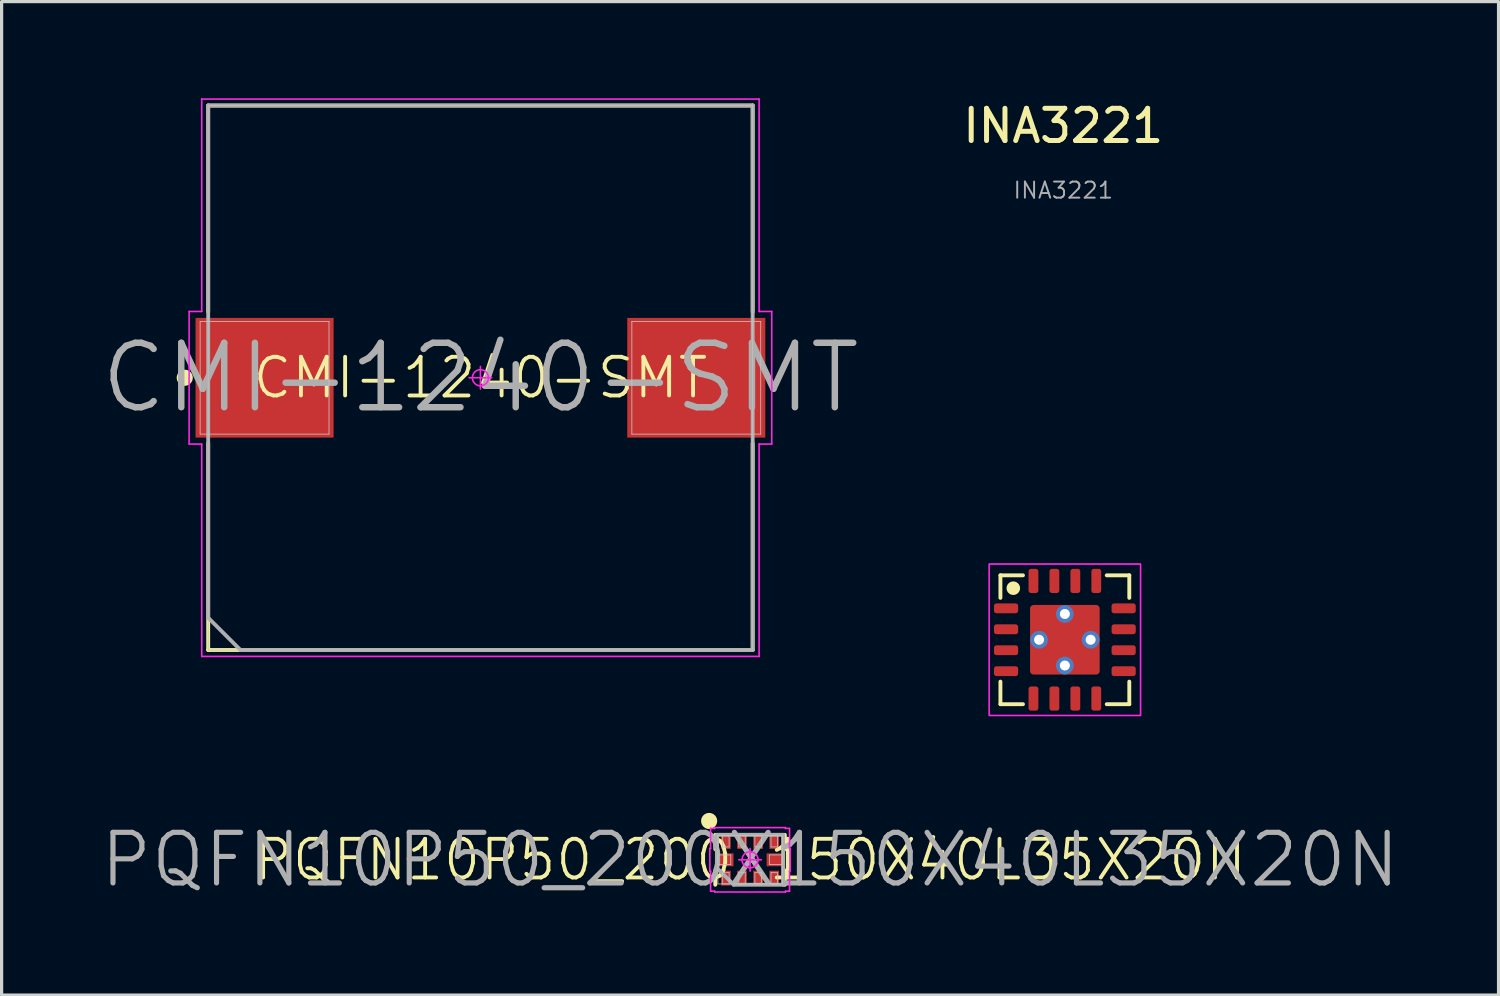
<source format=kicad_pcb>
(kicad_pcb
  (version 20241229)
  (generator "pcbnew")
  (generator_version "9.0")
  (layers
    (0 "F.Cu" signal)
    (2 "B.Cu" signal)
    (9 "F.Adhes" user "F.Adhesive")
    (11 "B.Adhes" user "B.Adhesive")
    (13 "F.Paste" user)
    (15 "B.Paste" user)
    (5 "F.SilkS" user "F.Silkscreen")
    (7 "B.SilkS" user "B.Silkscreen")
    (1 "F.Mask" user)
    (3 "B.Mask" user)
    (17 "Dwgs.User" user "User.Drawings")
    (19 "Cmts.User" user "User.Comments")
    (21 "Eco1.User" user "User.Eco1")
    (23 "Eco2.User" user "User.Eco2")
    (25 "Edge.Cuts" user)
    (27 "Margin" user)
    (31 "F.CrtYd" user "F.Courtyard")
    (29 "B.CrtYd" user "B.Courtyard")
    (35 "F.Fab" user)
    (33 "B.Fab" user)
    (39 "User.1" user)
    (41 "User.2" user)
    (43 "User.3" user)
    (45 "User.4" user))
  (footprint "INA3221"
    (layer "F.Cu")
    (at 30.002 16.807)
    (property "Reference" "INA3221" (at -0.05 -15.95 0) (unlocked yes) (layer "F.SilkS") (effects (font (size 1 1) (thickness 0.155))))
    (attr smd)
    (fp_line (start -2 -2) (end -2 -1.3) (stroke (width 0.12) (type default)) (layer "F.SilkS"))
    (fp_line (start -2 -2) (end -1.3 -2) (stroke (width 0.12) (type default)) (layer "F.SilkS"))
    (fp_line (start -2 2) (end -2 1.3) (stroke (width 0.12) (type default)) (layer "F.SilkS"))
    (fp_line (start -2 2) (end -1.3 2) (stroke (width 0.12) (type default)) (layer "F.SilkS"))
    (fp_line (start 2 -2) (end 1.3 -2) (stroke (width 0.12) (type default)) (layer "F.SilkS"))
    (fp_line (start 2 -2) (end 2 -1.3) (stroke (width 0.12) (type default)) (layer "F.SilkS"))
    (fp_line (start 2 1.3) (end 2 2) (stroke (width 0.12) (type default)) (layer "F.SilkS"))
    (fp_line (start 2 2) (end 1.3 2) (stroke (width 0.12) (type default)) (layer "F.SilkS"))
    (fp_circle (center -1.6 -1.6) (end -1.45 -1.6) (stroke (width 0.12) (type solid)) (fill yes) (layer "F.SilkS"))
    (fp_rect (start -2.35 -2.35) (end 2.35 2.35) (stroke (width 0.05) (type default)) (fill no) (layer "F.CrtYd"))
    (fp_text user "${REFERENCE}" (at -0.05 -13.95 0) (unlocked yes) (layer "F.Fab") (effects (font (size 0.5 0.5) (thickness 0.06))))
    (pad "1" smd roundrect (at -1.825 -0.975) (size 0.75 0.305) (layers "F.Cu" "F.Mask" "F.Paste") (roundrect_rratio 0.25))
    (pad "2" smd roundrect (at -1.825 -0.325) (size 0.75 0.305) (layers "F.Cu" "F.Mask" "F.Paste") (roundrect_rratio 0.25))
    (pad "3" smd roundrect (at -1.825 0.325) (size 0.75 0.305) (layers "F.Cu" "F.Mask" "F.Paste") (roundrect_rratio 0.25))
    (pad "3" thru_hole circle (at -0.8 0) (size 0.55 0.55) (drill 0.31) (layers "*.Cu" "*.Mask"))
    (pad "3" thru_hole circle (at 0 -0.8) (size 0.55 0.55) (drill 0.31) (layers "*.Cu" "*.Mask"))
    (pad "3" smd roundrect (at 0 0) (size 2.16 2.16) (layers "F.Cu" "F.Mask" "F.Paste") (roundrect_rratio 0.05))
    (pad "3" thru_hole circle (at 0 0.8) (size 0.55 0.55) (drill 0.31) (layers "*.Cu" "*.Mask"))
    (pad "3" thru_hole circle (at 0.8 0) (size 0.55 0.55) (drill 0.31) (layers "*.Cu" "*.Mask"))
    (pad "4" smd roundrect (at -1.825 0.975) (size 0.75 0.305) (layers "F.Cu" "F.Mask" "F.Paste") (roundrect_rratio 0.25))
    (pad "5" smd roundrect (at -0.975 1.825 90) (size 0.75 0.305) (layers "F.Cu" "F.Mask" "F.Paste") (roundrect_rratio 0.25))
    (pad "6" smd roundrect (at -0.325 1.825 90) (size 0.75 0.305) (layers "F.Cu" "F.Mask" "F.Paste") (roundrect_rratio 0.25))
    (pad "7" smd roundrect (at 0.325 1.825 90) (size 0.75 0.305) (layers "F.Cu" "F.Mask" "F.Paste") (roundrect_rratio 0.25))
    (pad "8" smd roundrect (at 0.975 1.825 90) (size 0.75 0.305) (layers "F.Cu" "F.Mask" "F.Paste") (roundrect_rratio 0.25))
    (pad "9" smd roundrect (at 1.825 0.975) (size 0.75 0.305) (layers "F.Cu" "F.Mask" "F.Paste") (roundrect_rratio 0.25))
    (pad "10" smd roundrect (at 1.825 0.325) (size 0.75 0.305) (layers "F.Cu" "F.Mask" "F.Paste") (roundrect_rratio 0.25))
    (pad "11" smd roundrect (at 1.825 -0.325) (size 0.75 0.305) (layers "F.Cu" "F.Mask" "F.Paste") (roundrect_rratio 0.25))
    (pad "12" smd roundrect (at 1.825 -0.975) (size 0.75 0.305) (layers "F.Cu" "F.Mask" "F.Paste") (roundrect_rratio 0.25))
    (pad "13" smd roundrect (at 0.975 -1.825 90) (size 0.75 0.305) (layers "F.Cu" "F.Mask" "F.Paste") (roundrect_rratio 0.25))
    (pad "14" smd roundrect (at 0.325 -1.825 90) (size 0.75 0.305) (layers "F.Cu" "F.Mask" "F.Paste") (roundrect_rratio 0.25))
    (pad "15" smd roundrect (at -0.325 -1.825 90) (size 0.75 0.305) (layers "F.Cu" "F.Mask" "F.Paste") (roundrect_rratio 0.25))
    (pad "16" smd roundrect (at -0.975 -1.825 90) (size 0.75 0.305) (layers "F.Cu" "F.Mask" "F.Paste") (roundrect_rratio 0.25)))
  (footprint "PQFN10P50_200X150X40L35X20N"
    (layer "F.Cu")
    (at 20.231 23.637)
    (property "Reference" "PQFN10P50_200X150X40L35X20N" (at 0 0 0) (layer "F.SilkS") (effects (font (size 1.2 1.2) (thickness 0.12))))
    (attr smd)
    (fp_line (start -1.08 -0.775) (end -1.08 -0.33) (stroke (width 0.12) (type solid)) (layer "F.SilkS"))
    (fp_line (start -1.08 0.775) (end -1.08 0.33) (stroke (width 0.12) (type solid)) (layer "F.SilkS"))
    (fp_line (start 1.08 -0.775) (end 1.08 -0.33) (stroke (width 0.12) (type solid)) (layer "F.SilkS"))
    (fp_line (start 1.08 0.775) (end 1.08 0.33) (stroke (width 0.12) (type solid)) (layer "F.SilkS"))
    (fp_circle (center -1.27 -1.205) (end -1.145 -1.205) (stroke (width 0.25) (type solid)) (fill no) (layer "F.SilkS"))
    (fp_line (start -1 -0.75) (end 1 -0.75) (stroke (width 0.025) (type solid)) (layer "Dwgs.User"))
    (fp_line (start -1 0.75) (end -1 -0.75) (stroke (width 0.025) (type solid)) (layer "Dwgs.User"))
    (fp_line (start -0.999 -0.15) (end -0.599 -0.15) (stroke (width 0.025) (type solid)) (layer "Dwgs.User"))
    (fp_line (start -0.999 0.1) (end -0.999 -0.1) (stroke (width 0.025) (type solid)) (layer "Dwgs.User"))
    (fp_line (start -0.85 -0.749) (end -0.65 -0.749) (stroke (width 0.025) (type solid)) (layer "Dwgs.User"))
    (fp_line (start -0.85 -0.399) (end -0.85 -0.749) (stroke (width 0.025) (type solid)) (layer "Dwgs.User"))
    (fp_line (start -0.85 0.399) (end -0.65 0.399) (stroke (width 0.025) (type solid)) (layer "Dwgs.User"))
    (fp_line (start -0.85 0.749) (end -0.85 0.399) (stroke (width 0.025) (type solid)) (layer "Dwgs.User"))
    (fp_line (start -0.65 -0.749) (end -0.65 -0.399) (stroke (width 0.025) (type solid)) (layer "Dwgs.User"))
    (fp_line (start -0.65 -0.399) (end -0.85 -0.399) (stroke (width 0.025) (type solid)) (layer "Dwgs.User"))
    (fp_line (start -0.65 0.399) (end -0.65 0.749) (stroke (width 0.025) (type solid)) (layer "Dwgs.User"))
    (fp_line (start -0.65 0.749) (end -0.85 0.749) (stroke (width 0.025) (type solid)) (layer "Dwgs.User"))
    (fp_line (start -0.599 -0.15) (end -0.599 0.15) (stroke (width 0.025) (type solid)) (layer "Dwgs.User"))
    (fp_line (start -0.599 0.15) (end -0.999 0.15) (stroke (width 0.025) (type solid)) (layer "Dwgs.User"))
    (fp_line (start -0.35 -0.749) (end -0.15 -0.749) (stroke (width 0.025) (type solid)) (layer "Dwgs.User"))
    (fp_line (start -0.35 -0.399) (end -0.35 -0.749) (stroke (width 0.025) (type solid)) (layer "Dwgs.User"))
    (fp_line (start -0.35 0.399) (end -0.15 0.399) (stroke (width 0.025) (type solid)) (layer "Dwgs.User"))
    (fp_line (start -0.35 0.749) (end -0.35 0.399) (stroke (width 0.025) (type solid)) (layer "Dwgs.User"))
    (fp_line (start -0.15 -0.749) (end -0.15 -0.399) (stroke (width 0.025) (type solid)) (layer "Dwgs.User"))
    (fp_line (start -0.15 -0.399) (end -0.35 -0.399) (stroke (width 0.025) (type solid)) (layer "Dwgs.User"))
    (fp_line (start -0.15 0.399) (end -0.15 0.749) (stroke (width 0.025) (type solid)) (layer "Dwgs.User"))
    (fp_line (start -0.15 0.749) (end -0.35 0.749) (stroke (width 0.025) (type solid)) (layer "Dwgs.User"))
    (fp_line (start 0.15 -0.749) (end 0.35 -0.749) (stroke (width 0.025) (type solid)) (layer "Dwgs.User"))
    (fp_line (start 0.15 -0.399) (end 0.15 -0.749) (stroke (width 0.025) (type solid)) (layer "Dwgs.User"))
    (fp_line (start 0.15 0.399) (end 0.35 0.399) (stroke (width 0.025) (type solid)) (layer "Dwgs.User"))
    (fp_line (start 0.15 0.749) (end 0.15 0.399) (stroke (width 0.025) (type solid)) (layer "Dwgs.User"))
    (fp_line (start 0.35 -0.749) (end 0.35 -0.399) (stroke (width 0.025) (type solid)) (layer "Dwgs.User"))
    (fp_line (start 0.35 -0.399) (end 0.15 -0.399) (stroke (width 0.025) (type solid)) (layer "Dwgs.User"))
    (fp_line (start 0.35 0.399) (end 0.35 0.749) (stroke (width 0.025) (type solid)) (layer "Dwgs.User"))
    (fp_line (start 0.35 0.749) (end 0.15 0.749) (stroke (width 0.025) (type solid)) (layer "Dwgs.User"))
    (fp_line (start 0.599 -0.15) (end 0.999 -0.15) (stroke (width 0.025) (type solid)) (layer "Dwgs.User"))
    (fp_line (start 0.599 0.15) (end 0.599 -0.15) (stroke (width 0.025) (type solid)) (layer "Dwgs.User"))
    (fp_line (start 0.65 -0.749) (end 0.85 -0.749) (stroke (width 0.025) (type solid)) (layer "Dwgs.User"))
    (fp_line (start 0.65 -0.399) (end 0.65 -0.749) (stroke (width 0.025) (type solid)) (layer "Dwgs.User"))
    (fp_line (start 0.65 0.399) (end 0.85 0.399) (stroke (width 0.025) (type solid)) (layer "Dwgs.User"))
    (fp_line (start 0.65 0.749) (end 0.65 0.399) (stroke (width 0.025) (type solid)) (layer "Dwgs.User"))
    (fp_line (start 0.85 -0.749) (end 0.85 -0.399) (stroke (width 0.025) (type solid)) (layer "Dwgs.User"))
    (fp_line (start 0.85 -0.399) (end 0.65 -0.399) (stroke (width 0.025) (type solid)) (layer "Dwgs.User"))
    (fp_line (start 0.85 0.399) (end 0.85 0.749) (stroke (width 0.025) (type solid)) (layer "Dwgs.User"))
    (fp_line (start 0.85 0.749) (end 0.65 0.749) (stroke (width 0.025) (type solid)) (layer "Dwgs.User"))
    (fp_line (start 0.999 -0.1) (end 0.999 0.1) (stroke (width 0.025) (type solid)) (layer "Dwgs.User"))
    (fp_line (start 0.999 0.15) (end 0.599 0.15) (stroke (width 0.025) (type solid)) (layer "Dwgs.User"))
    (fp_line (start 1 -0.75) (end 1 0.75) (stroke (width 0.025) (type solid)) (layer "Dwgs.User"))
    (fp_line (start 1 0.75) (end -1 0.75) (stroke (width 0.025) (type solid)) (layer "Dwgs.User"))
    (fp_line (start -1.249 -0.35) (end -1.249 0.35) (stroke (width 0.05) (type solid)) (layer "F.CrtYd"))
    (fp_line (start -1.249 0.35) (end -1.225 0.35) (stroke (width 0.05) (type solid)) (layer "F.CrtYd"))
    (fp_line (start -1.225 -0.975) (end -1.225 -0.35) (stroke (width 0.05) (type solid)) (layer "F.CrtYd"))
    (fp_line (start -1.225 -0.35) (end -1.249 -0.35) (stroke (width 0.05) (type solid)) (layer "F.CrtYd"))
    (fp_line (start -1.225 0.35) (end -1.225 0.975) (stroke (width 0.05) (type solid)) (layer "F.CrtYd"))
    (fp_line (start -1.225 0.975) (end -1.1 0.975) (stroke (width 0.05) (type solid)) (layer "F.CrtYd"))
    (fp_line (start -1.1 -0.999) (end -1.1 -0.975) (stroke (width 0.05) (type solid)) (layer "F.CrtYd"))
    (fp_line (start -1.1 -0.975) (end -1.225 -0.975) (stroke (width 0.05) (type solid)) (layer "F.CrtYd"))
    (fp_line (start -1.1 0.975) (end -1.1 0.999) (stroke (width 0.05) (type solid)) (layer "F.CrtYd"))
    (fp_line (start -1.1 0.999) (end 1.1 0.999) (stroke (width 0.05) (type solid)) (layer "F.CrtYd"))
    (fp_line (start -0.35 0) (end 0.35 0) (stroke (width 0.05) (type solid)) (layer "F.CrtYd"))
    (fp_line (start 0 -0.35) (end 0 0.35) (stroke (width 0.05) (type solid)) (layer "F.CrtYd"))
    (fp_line (start 1.1 -0.999) (end -1.1 -0.999) (stroke (width 0.05) (type solid)) (layer "F.CrtYd"))
    (fp_line (start 1.1 -0.975) (end 1.1 -0.999) (stroke (width 0.05) (type solid)) (layer "F.CrtYd"))
    (fp_line (start 1.1 0.975) (end 1.225 0.975) (stroke (width 0.05) (type solid)) (layer "F.CrtYd"))
    (fp_line (start 1.1 0.999) (end 1.1 0.975) (stroke (width 0.05) (type solid)) (layer "F.CrtYd"))
    (fp_line (start 1.225 -0.975) (end 1.1 -0.975) (stroke (width 0.05) (type solid)) (layer "F.CrtYd"))
    (fp_line (start 1.225 -0.35) (end 1.225 -0.975) (stroke (width 0.05) (type solid)) (layer "F.CrtYd"))
    (fp_line (start 1.225 0.35) (end 1.249 0.35) (stroke (width 0.05) (type solid)) (layer "F.CrtYd"))
    (fp_line (start 1.225 0.975) (end 1.225 0.35) (stroke (width 0.05) (type solid)) (layer "F.CrtYd"))
    (fp_line (start 1.249 -0.35) (end 1.225 -0.35) (stroke (width 0.05) (type solid)) (layer "F.CrtYd"))
    (fp_line (start 1.249 0.35) (end 1.249 -0.35) (stroke (width 0.05) (type solid)) (layer "F.CrtYd"))
    (fp_circle (center 0 0) (end 0 0.25) (stroke (width 0.05) (type solid)) (fill no) (layer "F.CrtYd"))
    (fp_line (start -1.025 -0.775) (end 1.025 -0.775) (stroke (width 0.12) (type solid)) (layer "F.Fab"))
    (fp_line (start -1.025 0.258) (end -1.025 -0.775) (stroke (width 0.12) (type solid)) (layer "F.Fab"))
    (fp_line (start -0.508 0.775) (end -1.025 0.258) (stroke (width 0.12) (type solid)) (layer "F.Fab"))
    (fp_line (start 1.025 -0.775) (end 1.025 0.775) (stroke (width 0.12) (type solid)) (layer "F.Fab"))
    (fp_line (start 1.025 0.775) (end -0.508 0.775) (stroke (width 0.12) (type solid)) (layer "F.Fab"))
    (fp_text user "${REFERENCE}" (at 0 0 0) (layer "F.Fab") (effects (font (size 1.57 1.57) (thickness 0.16))))
    (pad "1" smd rect (at -0.75 -0.569 90) (size 0.46 0.3) (layers "F.Cu" "F.Mask" "F.Paste"))
    (pad "2" smd rect (at -0.25 -0.569 90) (size 0.46 0.3) (layers "F.Cu" "F.Mask" "F.Paste"))
    (pad "3" smd rect (at 0.25 -0.569 90) (size 0.46 0.3) (layers "F.Cu" "F.Mask" "F.Paste"))
    (pad "4" smd rect (at 0.75 -0.569 90) (size 0.46 0.3) (layers "F.Cu" "F.Mask" "F.Paste"))
    (pad "5" smd rect (at 0.769 0) (size 0.51 0.4) (layers "F.Cu" "F.Mask" "F.Paste"))
    (pad "6" smd rect (at 0.75 0.569 90) (size 0.46 0.3) (layers "F.Cu" "F.Mask" "F.Paste"))
    (pad "7" smd rect (at 0.25 0.569 90) (size 0.46 0.3) (layers "F.Cu" "F.Mask" "F.Paste"))
    (pad "8" smd rect (at -0.25 0.569 90) (size 0.46 0.3) (layers "F.Cu" "F.Mask" "F.Paste"))
    (pad "9" smd rect (at -0.75 0.569 90) (size 0.46 0.3) (layers "F.Cu" "F.Mask" "F.Paste"))
    (pad "10" smd rect (at -0.769 0) (size 0.51 0.4) (layers "F.Cu" "F.Mask" "F.Paste")))
  (footprint "CMI-1240-SMT"
    (layer "F.Cu")
    (at 11.862 8.675)
    (property "Reference" "CMI-1240-SMT" (at 0 0 0) (layer "F.SilkS") (effects (font (size 1.2 1.2) (thickness 0.12))))
    (attr smd)
    (fp_line (start -8.45 -8.45) (end 8.45 -8.45) (stroke (width 0.12) (type solid)) (layer "F.SilkS"))
    (fp_line (start -8.45 -2.038) (end -8.45 -8.45) (stroke (width 0.12) (type solid)) (layer "F.SilkS"))
    (fp_line (start -8.45 8.45) (end -8.45 2.038) (stroke (width 0.12) (type solid)) (layer "F.SilkS"))
    (fp_line (start 8.45 -8.45) (end 8.45 -2.038) (stroke (width 0.12) (type solid)) (layer "F.SilkS"))
    (fp_line (start 8.45 2.038) (end 8.45 8.45) (stroke (width 0.12) (type solid)) (layer "F.SilkS"))
    (fp_line (start 8.45 8.45) (end -8.45 8.45) (stroke (width 0.12) (type solid)) (layer "F.SilkS"))
    (fp_circle (center -9.178 0) (end -9.178 0.125) (stroke (width 0.25) (type solid)) (fill no) (layer "F.SilkS"))
    (fp_line (start -8.7 -1.75) (end -4.7 -1.75) (stroke (width 0.025) (type solid)) (layer "Dwgs.User"))
    (fp_line (start -8.7 1.75) (end -8.7 -1.75) (stroke (width 0.025) (type solid)) (layer "Dwgs.User"))
    (fp_line (start -8.45 -8.45) (end 8.45 -8.45) (stroke (width 0.025) (type solid)) (layer "Dwgs.User"))
    (fp_line (start -8.45 8.45) (end -8.45 -8.45) (stroke (width 0.025) (type solid)) (layer "Dwgs.User"))
    (fp_line (start -4.7 -1.75) (end -4.7 1.75) (stroke (width 0.025) (type solid)) (layer "Dwgs.User"))
    (fp_line (start -4.7 1.75) (end -8.7 1.75) (stroke (width 0.025) (type solid)) (layer "Dwgs.User"))
    (fp_line (start 4.7 -1.75) (end 8.7 -1.75) (stroke (width 0.025) (type solid)) (layer "Dwgs.User"))
    (fp_line (start 4.7 1.75) (end 4.7 -1.75) (stroke (width 0.025) (type solid)) (layer "Dwgs.User"))
    (fp_line (start 8.45 -8.45) (end 8.45 8.45) (stroke (width 0.025) (type solid)) (layer "Dwgs.User"))
    (fp_line (start 8.45 8.45) (end -8.45 8.45) (stroke (width 0.025) (type solid)) (layer "Dwgs.User"))
    (fp_line (start 8.7 -1.75) (end 8.7 1.75) (stroke (width 0.025) (type solid)) (layer "Dwgs.User"))
    (fp_line (start 8.7 1.75) (end 4.7 1.75) (stroke (width 0.025) (type solid)) (layer "Dwgs.User"))
    (fp_line (start -9.042 -2.058) (end -9.042 2.058) (stroke (width 0.05) (type solid)) (layer "F.CrtYd"))
    (fp_line (start -9.042 2.058) (end -8.65 2.058) (stroke (width 0.05) (type solid)) (layer "F.CrtYd"))
    (fp_line (start -8.65 -8.65) (end -8.65 -2.058) (stroke (width 0.05) (type solid)) (layer "F.CrtYd"))
    (fp_line (start -8.65 -2.058) (end -9.042 -2.058) (stroke (width 0.05) (type solid)) (layer "F.CrtYd"))
    (fp_line (start -8.65 2.058) (end -8.65 8.65) (stroke (width 0.05) (type solid)) (layer "F.CrtYd"))
    (fp_line (start -8.65 8.65) (end 8.65 8.65) (stroke (width 0.05) (type solid)) (layer "F.CrtYd"))
    (fp_line (start 0 -0.35) (end 0 0.35) (stroke (width 0.05) (type solid)) (layer "F.CrtYd"))
    (fp_line (start 0.35 0) (end -0.35 0) (stroke (width 0.05) (type solid)) (layer "F.CrtYd"))
    (fp_line (start 8.65 -8.65) (end -8.65 -8.65) (stroke (width 0.05) (type solid)) (layer "F.CrtYd"))
    (fp_line (start 8.65 -2.058) (end 8.65 -8.65) (stroke (width 0.05) (type solid)) (layer "F.CrtYd"))
    (fp_line (start 8.65 2.058) (end 9.042 2.058) (stroke (width 0.05) (type solid)) (layer "F.CrtYd"))
    (fp_line (start 8.65 8.65) (end 8.65 2.058) (stroke (width 0.05) (type solid)) (layer "F.CrtYd"))
    (fp_line (start 9.042 -2.058) (end 8.65 -2.058) (stroke (width 0.05) (type solid)) (layer "F.CrtYd"))
    (fp_line (start 9.042 2.058) (end 9.042 -2.058) (stroke (width 0.05) (type solid)) (layer "F.CrtYd"))
    (fp_circle (center 0 0) (end 0 0.25) (stroke (width 0.05) (type solid)) (fill no) (layer "F.CrtYd"))
    (fp_line (start -8.45 -8.45) (end -8.45 7.45) (stroke (width 0.12) (type solid)) (layer "F.Fab"))
    (fp_line (start -8.45 7.45) (end -7.45 8.45) (stroke (width 0.12) (type solid)) (layer "F.Fab"))
    (fp_line (start -7.45 8.45) (end 8.45 8.45) (stroke (width 0.12) (type solid)) (layer "F.Fab"))
    (fp_line (start 8.45 -8.45) (end -8.45 -8.45) (stroke (width 0.12) (type solid)) (layer "F.Fab"))
    (fp_line (start 8.45 8.45) (end 8.45 -8.45) (stroke (width 0.12) (type solid)) (layer "F.Fab"))
    (fp_text user "${REFERENCE}" (at 0 0 0) (layer "F.Fab") (effects (font (size 2 2) (thickness 0.2))))
    (pad "1" smd rect (at -6.7 0) (size 4.285 3.715) (layers "F.Cu" "F.Mask" "F.Paste"))
    (pad "2" smd rect (at 6.7 0) (size 4.285 3.715) (layers "F.Cu" "F.Mask" "F.Paste")))
  (gr_rect
    (start -3 -3)
    (end 43.463 27.836)
    (stroke (width 0.1) (type default))
    (fill no)
    (layer "Edge.Cuts")))
</source>
